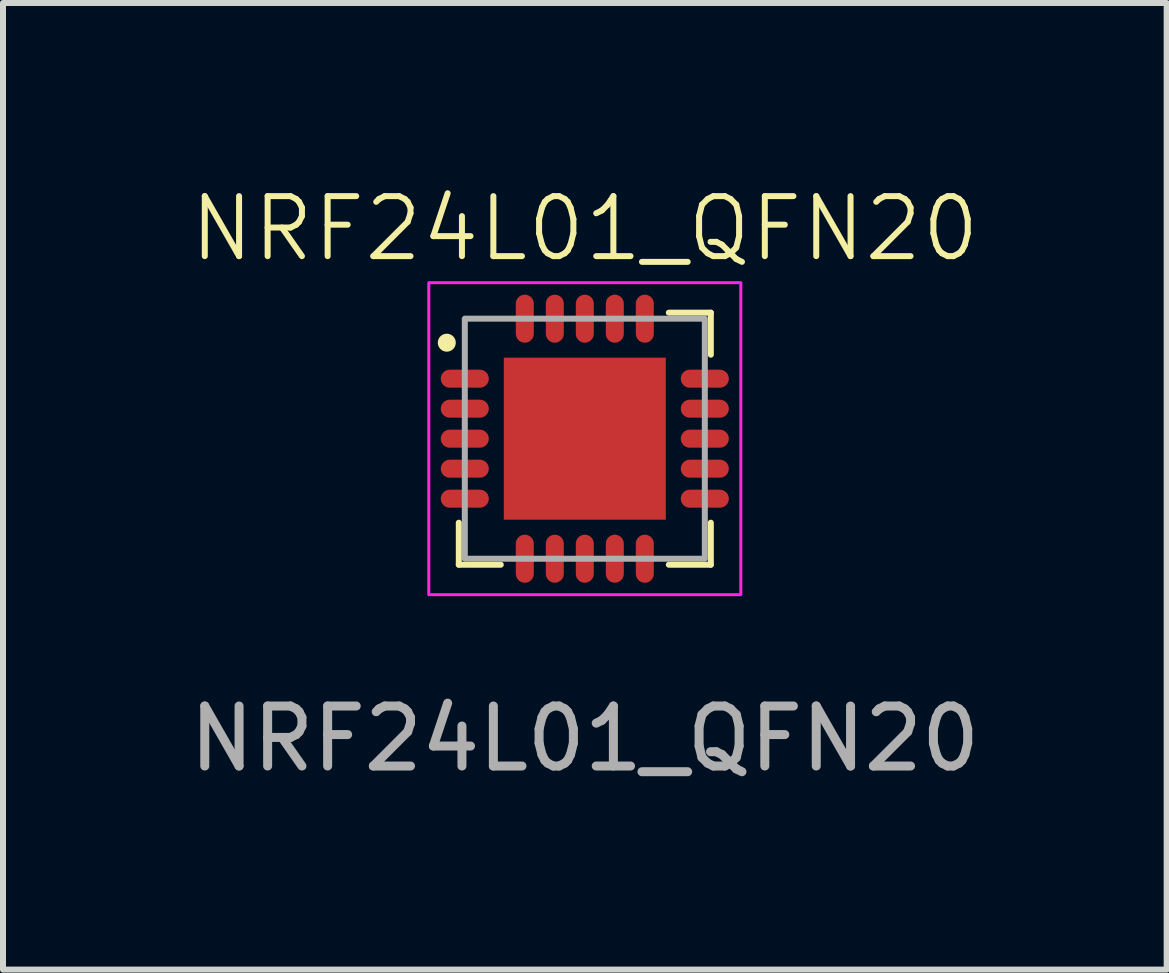
<source format=kicad_pcb>
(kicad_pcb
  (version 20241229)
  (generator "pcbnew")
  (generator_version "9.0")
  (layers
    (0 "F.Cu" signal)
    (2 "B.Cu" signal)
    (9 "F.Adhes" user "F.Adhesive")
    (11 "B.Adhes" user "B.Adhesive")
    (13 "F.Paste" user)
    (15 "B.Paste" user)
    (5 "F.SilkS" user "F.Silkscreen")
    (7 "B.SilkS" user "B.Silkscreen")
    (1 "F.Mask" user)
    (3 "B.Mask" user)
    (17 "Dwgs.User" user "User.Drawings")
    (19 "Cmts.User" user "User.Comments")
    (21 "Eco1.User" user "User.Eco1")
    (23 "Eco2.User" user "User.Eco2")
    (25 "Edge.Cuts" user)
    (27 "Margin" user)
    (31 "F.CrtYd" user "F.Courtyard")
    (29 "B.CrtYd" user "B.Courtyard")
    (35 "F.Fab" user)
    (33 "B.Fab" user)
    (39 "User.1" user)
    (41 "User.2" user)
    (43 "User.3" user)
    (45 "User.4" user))
  (footprint "NRF24L01_QFN20"
    (layer "F.Cu")
    (at 6.696 4.261)
    (property "Reference" "NRF24L01_QFN20" (at 0 -3.5 0) (unlocked yes) (layer "F.SilkS") (effects (font (size 1 1) (thickness 0.1))))
    (attr smd)
    (fp_line (start -2.1 2.1) (end -2.1 1.4) (stroke (width 0.1) (type solid)) (layer "F.SilkS"))
    (fp_line (start -1.4 2.1) (end -2.1 2.1) (stroke (width 0.1) (type default)) (layer "F.SilkS"))
    (fp_line (start 1.4 -2.1) (end 2.1 -2.1) (stroke (width 0.1) (type default)) (layer "F.SilkS"))
    (fp_line (start 2.1 -2.1) (end 2.1 -1.4) (stroke (width 0.1) (type solid)) (layer "F.SilkS"))
    (fp_line (start 2.1 1.4) (end 2.1 2.1) (stroke (width 0.1) (type default)) (layer "F.SilkS"))
    (fp_line (start 2.1 2.1) (end 1.4 2.1) (stroke (width 0.1) (type solid)) (layer "F.SilkS"))
    (fp_circle (center -2.3 -1.6) (end -2.2 -1.6) (stroke (width 0.1) (type solid)) (fill yes) (layer "F.SilkS"))
    (fp_rect (start -2.6 -2.6) (end 2.6 2.6) (stroke (width 0.05) (type solid)) (fill no) (layer "F.CrtYd"))
    (fp_rect (start -2 -2) (end 2 2) (stroke (width 0.1) (type solid)) (fill no) (layer "F.Fab"))
    (fp_text user "${REFERENCE}" (at 0 5 0) (unlocked yes) (layer "F.Fab") (effects (font (size 1 1) (thickness 0.15))))
    (pad "1" smd oval (at -2 -1 90) (size 0.3 0.8) (layers "F.Cu" "F.Mask" "F.Paste"))
    (pad "2" smd oval (at -2 -0.5 90) (size 0.3 0.8) (layers "F.Cu" "F.Mask" "F.Paste"))
    (pad "3" smd oval (at -2 0 90) (size 0.3 0.8) (layers "F.Cu" "F.Mask" "F.Paste"))
    (pad "4" smd oval (at -2 0.5 90) (size 0.3 0.8) (layers "F.Cu" "F.Mask" "F.Paste"))
    (pad "5" smd oval (at -2 1 90) (size 0.3 0.8) (layers "F.Cu" "F.Mask" "F.Paste"))
    (pad "6" smd oval (at -1 2 180) (size 0.3 0.8) (layers "F.Cu" "F.Mask" "F.Paste"))
    (pad "7" smd oval (at -0.5 2 180) (size 0.3 0.8) (layers "F.Cu" "F.Mask" "F.Paste"))
    (pad "8" smd oval (at 0 2 180) (size 0.3 0.8) (layers "F.Cu" "F.Mask" "F.Paste"))
    (pad "9" smd oval (at 0.5 2 180) (size 0.3 0.8) (layers "F.Cu" "F.Mask" "F.Paste"))
    (pad "10" smd oval (at 1 2 180) (size 0.3 0.8) (layers "F.Cu" "F.Mask" "F.Paste"))
    (pad "11" smd oval (at 2 1 90) (size 0.3 0.8) (layers "F.Cu" "F.Mask" "F.Paste"))
    (pad "12" smd oval (at 2 0.5 90) (size 0.3 0.8) (layers "F.Cu" "F.Mask" "F.Paste"))
    (pad "13" smd oval (at 2 0 90) (size 0.3 0.8) (layers "F.Cu" "F.Mask" "F.Paste"))
    (pad "14" smd oval (at 2 -0.5 90) (size 0.3 0.8) (layers "F.Cu" "F.Mask" "F.Paste"))
    (pad "15" smd oval (at 2 -1 90) (size 0.3 0.8) (layers "F.Cu" "F.Mask" "F.Paste"))
    (pad "16" smd oval (at 1 -2 180) (size 0.3 0.8) (layers "F.Cu" "F.Mask" "F.Paste"))
    (pad "17" smd oval (at 0.5 -2 180) (size 0.3 0.8) (layers "F.Cu" "F.Mask" "F.Paste"))
    (pad "18" smd oval (at 0 -2 180) (size 0.3 0.8) (layers "F.Cu" "F.Mask" "F.Paste"))
    (pad "19" smd oval (at -0.5 -2 180) (size 0.3 0.8) (layers "F.Cu" "F.Mask" "F.Paste"))
    (pad "20" smd oval (at -1 -2 180) (size 0.3 0.8) (layers "F.Cu" "F.Mask" "F.Paste"))
    (pad "21" smd rect (at 0 0 180) (size 2.7 2.7) (layers "F.Cu" "F.Mask" "F.Paste")))
  (gr_rect
    (start -3 -3)
    (end 16.393 13.109)
    (stroke (width 0.1) (type default))
    (fill no)
    (layer "Edge.Cuts")))
</source>
